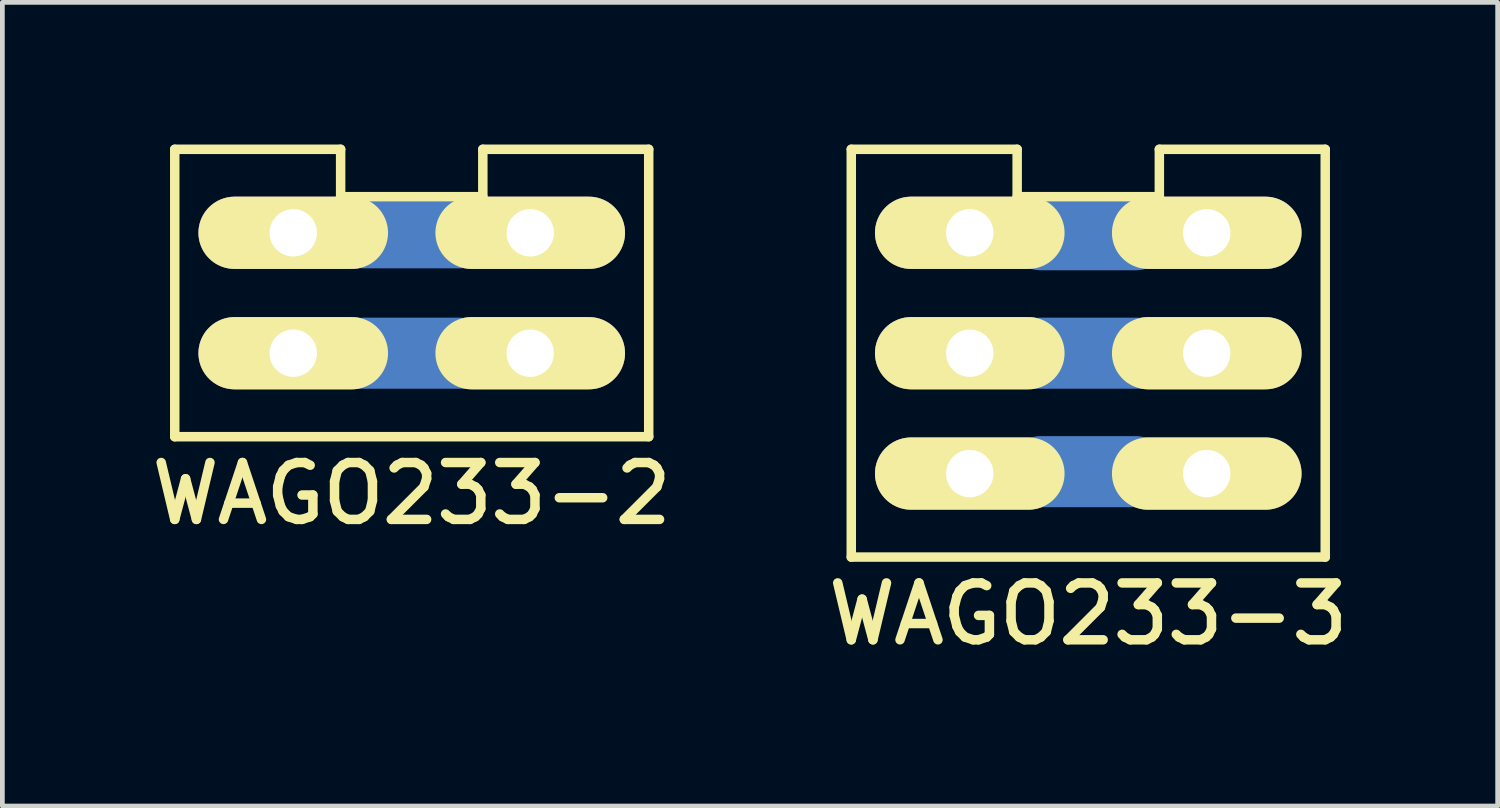
<source format=kicad_pcb>
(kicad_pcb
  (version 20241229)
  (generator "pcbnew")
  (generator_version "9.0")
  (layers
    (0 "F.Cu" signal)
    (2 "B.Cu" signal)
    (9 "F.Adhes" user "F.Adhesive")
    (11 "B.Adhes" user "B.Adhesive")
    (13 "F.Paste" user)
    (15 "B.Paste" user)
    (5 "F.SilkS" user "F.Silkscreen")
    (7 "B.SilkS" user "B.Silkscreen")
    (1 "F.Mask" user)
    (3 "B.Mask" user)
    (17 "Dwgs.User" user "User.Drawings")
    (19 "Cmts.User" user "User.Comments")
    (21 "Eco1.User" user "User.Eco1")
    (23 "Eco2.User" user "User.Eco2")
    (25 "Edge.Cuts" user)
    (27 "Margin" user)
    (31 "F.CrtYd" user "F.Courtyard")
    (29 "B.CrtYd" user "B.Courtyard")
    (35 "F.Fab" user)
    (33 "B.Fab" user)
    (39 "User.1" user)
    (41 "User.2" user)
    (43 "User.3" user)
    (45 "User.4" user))
  (footprint "WAGO233-3"
    (layer "F.Cu")
    (at 19.911 4.402)
    (property "Reference" "WAGO233-3" (at 0 5.502 0) (layer "F.SilkS") (effects (font (size 1.2 1.2) (thickness 0.2))))
    (attr through_hole)
    (fp_line (start -1 -2.5) (end 1 -2.5) (stroke (width 1.5) (type solid)) (layer "B.Cu"))
    (fp_line (start -1 0) (end 1 0) (stroke (width 1.5) (type solid)) (layer "B.Cu"))
    (fp_line (start -1 2.5) (end 1 2.5) (stroke (width 1.5) (type solid)) (layer "B.Cu"))
    (fp_line (start -5 -4.302) (end -5 4.302) (stroke (width 0.2) (type solid)) (layer "F.SilkS"))
    (fp_line (start -5 4.302) (end 5 4.302) (stroke (width 0.2) (type solid)) (layer "F.SilkS"))
    (fp_line (start -1.5 -4.302) (end -5 -4.302) (stroke (width 0.2) (type solid)) (layer "F.SilkS"))
    (fp_line (start -1.5 -3.302) (end -1.5 -4.302) (stroke (width 0.2) (type solid)) (layer "F.SilkS"))
    (fp_line (start 1.5 -4.302) (end 1.5 -3.302) (stroke (width 0.2) (type solid)) (layer "F.SilkS"))
    (fp_line (start 1.5 -3.302) (end -1.5 -3.302) (stroke (width 0.2) (type solid)) (layer "F.SilkS"))
    (fp_line (start 5 -4.302) (end 1.5 -4.302) (stroke (width 0.2) (type solid)) (layer "F.SilkS"))
    (fp_line (start 5 4.302) (end 5 -4.302) (stroke (width 0.2) (type solid)) (layer "F.SilkS"))
    (pad "1" thru_hole oval (at -2.5 -2.54) (size 4 1.524) (drill 1) (layers "*.Cu" "*.Mask" "F.SilkS"))
    (pad "1" thru_hole oval (at 2.5 -2.54) (size 4 1.524) (drill 1) (layers "*.Cu" "*.Mask" "F.SilkS"))
    (pad "2" thru_hole oval (at -2.5 0) (size 4 1.524) (drill 1) (layers "*.Cu" "*.Mask" "F.SilkS"))
    (pad "2" thru_hole oval (at 2.5 0) (size 4 1.524) (drill 1) (layers "*.Cu" "*.Mask" "F.SilkS"))
    (pad "3" thru_hole oval (at -2.5 2.54) (size 4 1.524) (drill 1) (layers "*.Cu" "*.Mask" "F.SilkS"))
    (pad "3" thru_hole oval (at 2.5 2.54) (size 4 1.524) (drill 1) (layers "*.Cu" "*.Mask" "F.SilkS")))
  (footprint "WAGO233-2"
    (layer "F.Cu")
    (at 5.637 3.132)
    (property "Reference" "WAGO233-2" (at 0 4.232 0) (layer "F.SilkS") (effects (font (size 1.2 1.2) (thickness 0.2))))
    (attr through_hole)
    (fp_line (start -1 -1.27) (end 1 -1.27) (stroke (width 1.5) (type solid)) (layer "B.Cu"))
    (fp_line (start -1 1.27) (end 1 1.27) (stroke (width 1.5) (type solid)) (layer "B.Cu"))
    (fp_line (start -5 -3.032) (end -5 3.032) (stroke (width 0.2) (type solid)) (layer "F.SilkS"))
    (fp_line (start -5 3.032) (end 5 3.032) (stroke (width 0.2) (type solid)) (layer "F.SilkS"))
    (fp_line (start -1.5 -3.032) (end -5 -3.032) (stroke (width 0.2) (type solid)) (layer "F.SilkS"))
    (fp_line (start -1.5 -2.032) (end -1.5 -3.032) (stroke (width 0.2) (type solid)) (layer "F.SilkS"))
    (fp_line (start 1.5 -3.032) (end 1.5 -2.032) (stroke (width 0.2) (type solid)) (layer "F.SilkS"))
    (fp_line (start 1.5 -2.032) (end -1.5 -2.032) (stroke (width 0.2) (type solid)) (layer "F.SilkS"))
    (fp_line (start 5 -3.032) (end 1.5 -3.032) (stroke (width 0.2) (type solid)) (layer "F.SilkS"))
    (fp_line (start 5 3.032) (end 5 -3.032) (stroke (width 0.2) (type solid)) (layer "F.SilkS"))
    (pad "1" thru_hole oval (at -2.5 -1.27) (size 4 1.524) (drill 1) (layers "*.Cu" "*.Mask" "F.SilkS"))
    (pad "1" thru_hole oval (at 2.5 -1.27) (size 4 1.524) (drill 1) (layers "*.Cu" "*.Mask" "F.SilkS"))
    (pad "2" thru_hole oval (at -2.5 1.27) (size 4 1.524) (drill 1) (layers "*.Cu" "*.Mask" "F.SilkS"))
    (pad "2" thru_hole oval (at 2.5 1.27) (size 4 1.524) (drill 1) (layers "*.Cu" "*.Mask" "F.SilkS")))
  (gr_rect
    (start -3 -3)
    (end 28.549 13.957)
    (stroke (width 0.1) (type default))
    (fill no)
    (layer "Edge.Cuts")))
</source>
